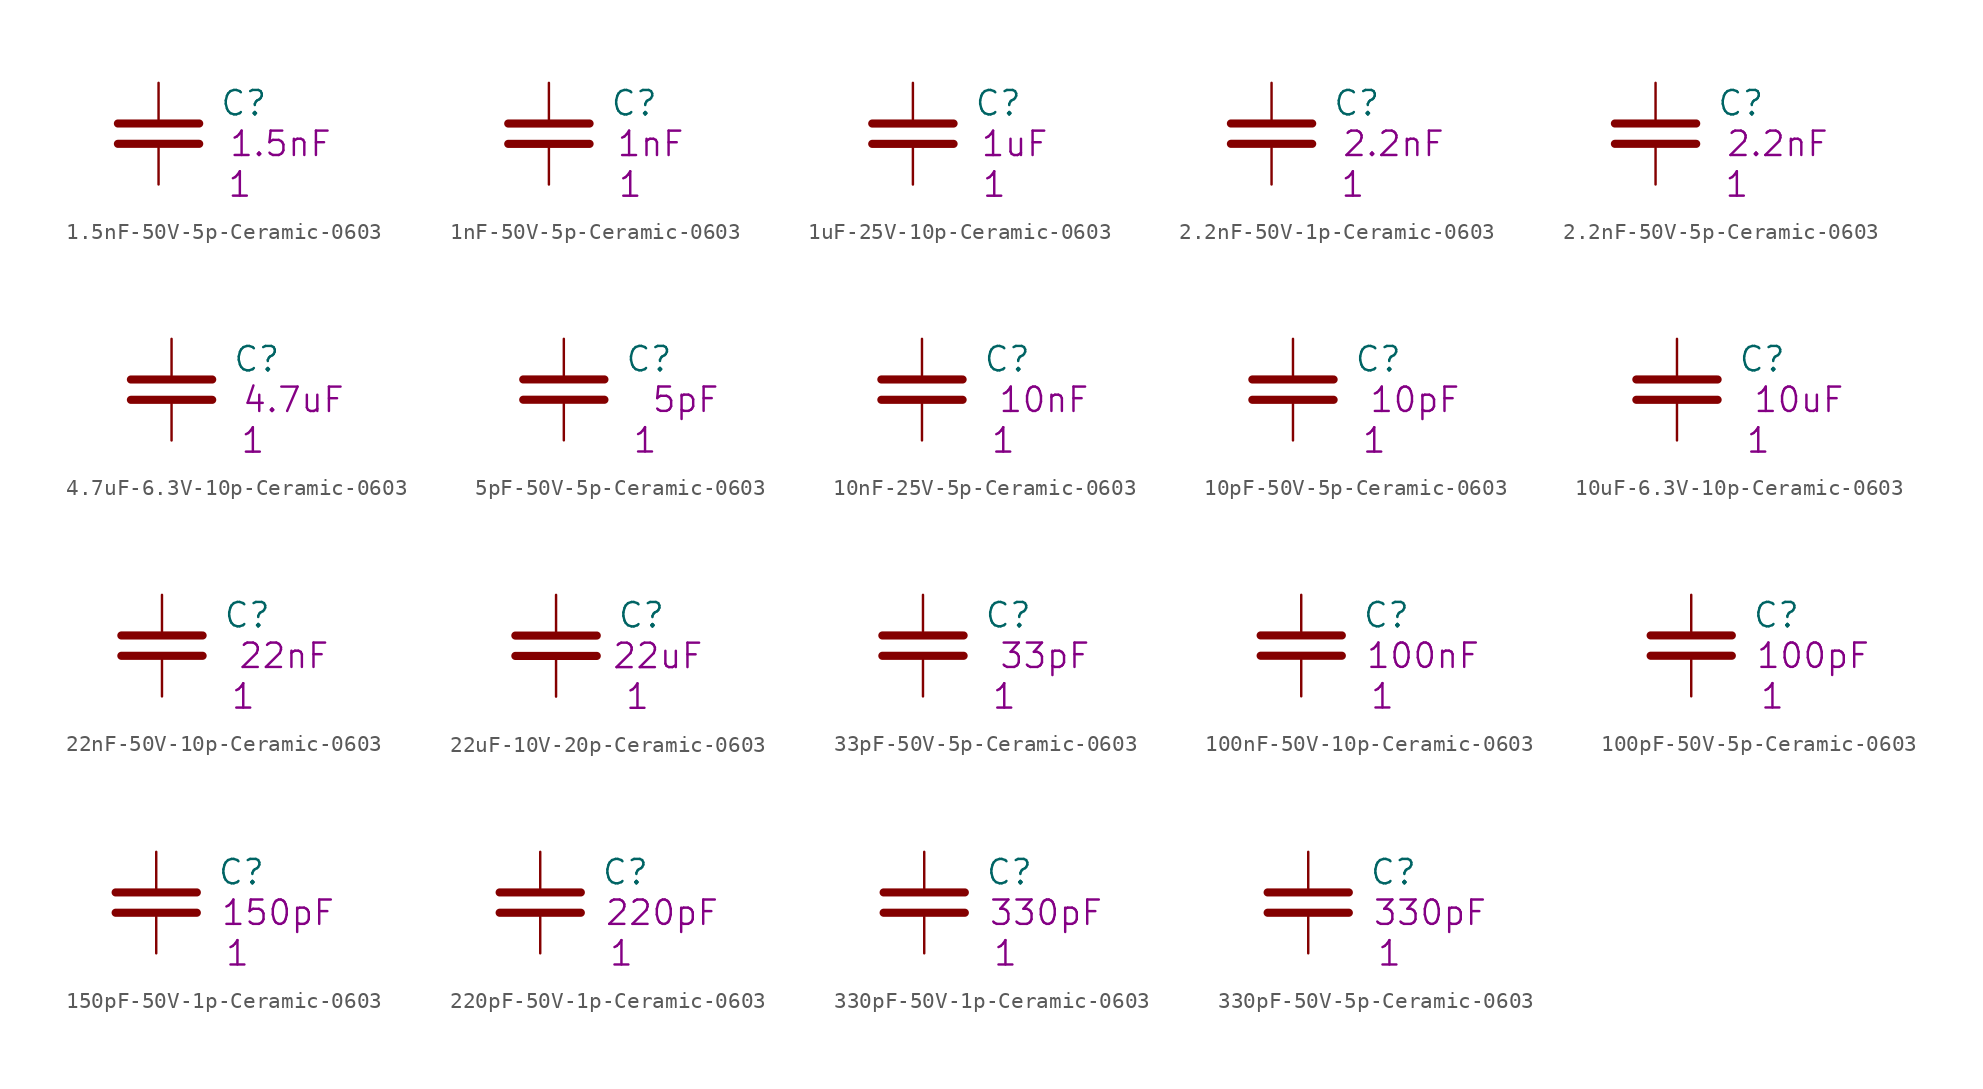
<source format=kicad_sym>
(kicad_symbol_lib
  (version 20201005)
  (generator kicad_symbol_editor)
  (symbol "1.5nF-50V-5p-Ceramic-0603"
    (pin_numbers hide)
    (pin_names
      (offset 0.254))
    (property "Reference" "C"
      (at 3.81 -1.27 0)
      (effects (font (size 1.524 1.524)) (justify left)))
    (property "Datasheet" ""
      (at 0 0 0)
      (effects (font (size 1.524 1.524))))
    (property "Qty" "1"
      (at 5.08 -6.35 0)
      (effects (font (size 1.524 1.524))))
    (property "Desc1" "1.5nF"
      (at 7.62 -3.81 0)
      (effects (font (size 1.524 1.524))))
    (symbol "1.5nF-50V-5p-Ceramic-0603_0_1"
      (polyline (pts (xy -2.54 -3.81) (xy 2.54 -3.81)) (stroke (width 0.508)) (fill (type none)))
      (polyline (pts (xy -2.54 -2.54) (xy 2.54 -2.54)) (stroke (width 0.508)) (fill (type none))))
    (symbol "1.5nF-50V-5p-Ceramic-0603_1_1"
      (pin passive line (at 0 0 270) (length 2.286) (name "~" (effects (font (size 1.016 1.016)))) (number "1" (effects (font (size 1.016 1.016)))))
      (pin passive line (at 0 -6.35 90) (length 2.286) (name "~" (effects (font (size 1.016 1.016)))) (number "2" (effects (font (size 1.016 1.016)))))))
  (symbol "1nF-50V-5p-Ceramic-0603"
    (pin_numbers hide)
    (pin_names
      (offset 0.254))
    (property "Reference" "C"
      (at 3.81 -1.27 0)
      (effects (font (size 1.524 1.524)) (justify left)))
    (property "Datasheet" ""
      (at 0 0 0)
      (effects (font (size 1.524 1.524))))
    (property "Qty" "1"
      (at 5.08 -6.35 0)
      (effects (font (size 1.524 1.524))))
    (property "Desc1" "1nF"
      (at 6.35 -3.81 0)
      (effects (font (size 1.524 1.524))))
    (symbol "1nF-50V-5p-Ceramic-0603_0_1"
      (polyline (pts (xy -2.54 -3.81) (xy 2.54 -3.81)) (stroke (width 0.508)) (fill (type none)))
      (polyline (pts (xy -2.54 -2.54) (xy 2.54 -2.54)) (stroke (width 0.508)) (fill (type none))))
    (symbol "1nF-50V-5p-Ceramic-0603_1_1"
      (pin passive line (at 0 0 270) (length 2.286) (name "~" (effects (font (size 1.016 1.016)))) (number "1" (effects (font (size 1.016 1.016)))))
      (pin passive line (at 0 -6.35 90) (length 2.286) (name "~" (effects (font (size 1.016 1.016)))) (number "2" (effects (font (size 1.016 1.016)))))))
  (symbol "1uF-25V-10p-Ceramic-0603"
    (pin_numbers hide)
    (pin_names
      (offset 0.254))
    (property "Reference" "C"
      (at 3.81 -1.27 0)
      (effects (font (size 1.524 1.524)) (justify left)))
    (property "Datasheet" ""
      (at 0 0 0)
      (effects (font (size 1.524 1.524))))
    (property "Qty" "1"
      (at 5.08 -6.35 0)
      (effects (font (size 1.524 1.524))))
    (property "Desc1" "1uF"
      (at 6.35 -3.81 0)
      (effects (font (size 1.524 1.524))))
    (symbol "1uF-25V-10p-Ceramic-0603_0_1"
      (polyline (pts (xy -2.54 -3.81) (xy 2.54 -3.81)) (stroke (width 0.508)) (fill (type none)))
      (polyline (pts (xy -2.54 -2.54) (xy 2.54 -2.54)) (stroke (width 0.508)) (fill (type none))))
    (symbol "1uF-25V-10p-Ceramic-0603_1_1"
      (pin passive line (at 0 0 270) (length 2.286) (name "~" (effects (font (size 1.016 1.016)))) (number "1" (effects (font (size 1.016 1.016)))))
      (pin passive line (at 0 -6.35 90) (length 2.286) (name "~" (effects (font (size 1.016 1.016)))) (number "2" (effects (font (size 1.016 1.016)))))))
  (symbol "2.2nF-50V-1p-Ceramic-0603"
    (pin_numbers hide)
    (pin_names
      (offset 0.254))
    (property "Reference" "C"
      (at 3.81 -1.27 0)
      (effects (font (size 1.524 1.524)) (justify left)))
    (property "Datasheet" ""
      (at 0 0 0)
      (effects (font (size 1.524 1.524))))
    (property "Qty" "1"
      (at 5.08 -6.35 0)
      (effects (font (size 1.524 1.524))))
    (property "Desc1" "2.2nF"
      (at 7.62 -3.81 0)
      (effects (font (size 1.524 1.524))))
    (symbol "2.2nF-50V-1p-Ceramic-0603_0_1"
      (polyline (pts (xy -2.54 -3.81) (xy 2.54 -3.81)) (stroke (width 0.508)) (fill (type none)))
      (polyline (pts (xy -2.54 -2.54) (xy 2.54 -2.54)) (stroke (width 0.508)) (fill (type none))))
    (symbol "2.2nF-50V-1p-Ceramic-0603_1_1"
      (pin passive line (at 0 0 270) (length 2.286) (name "~" (effects (font (size 1.016 1.016)))) (number "1" (effects (font (size 1.016 1.016)))))
      (pin passive line (at 0 -6.35 90) (length 2.286) (name "~" (effects (font (size 1.016 1.016)))) (number "2" (effects (font (size 1.016 1.016)))))))
  (symbol "2.2nF-50V-5p-Ceramic-0603"
    (pin_numbers hide)
    (pin_names
      (offset 0.254))
    (property "Reference" "C"
      (at 3.81 -1.27 0)
      (effects (font (size 1.524 1.524)) (justify left)))
    (property "Datasheet" ""
      (at 0 0 0)
      (effects (font (size 1.524 1.524))))
    (property "Qty" "1"
      (at 5.08 -6.35 0)
      (effects (font (size 1.524 1.524))))
    (property "Desc1" "2.2nF"
      (at 7.62 -3.81 0)
      (effects (font (size 1.524 1.524))))
    (symbol "2.2nF-50V-5p-Ceramic-0603_0_1"
      (polyline (pts (xy -2.54 -3.81) (xy 2.54 -3.81)) (stroke (width 0.508)) (fill (type none)))
      (polyline (pts (xy -2.54 -2.54) (xy 2.54 -2.54)) (stroke (width 0.508)) (fill (type none))))
    (symbol "2.2nF-50V-5p-Ceramic-0603_1_1"
      (pin passive line (at 0 0 270) (length 2.286) (name "~" (effects (font (size 1.016 1.016)))) (number "1" (effects (font (size 1.016 1.016)))))
      (pin passive line (at 0 -6.35 90) (length 2.286) (name "~" (effects (font (size 1.016 1.016)))) (number "2" (effects (font (size 1.016 1.016)))))))
  (symbol "4.7uF-6.3V-10p-Ceramic-0603"
    (pin_numbers hide)
    (pin_names
      (offset 0.254))
    (property "Reference" "C"
      (at 3.81 -1.27 0)
      (effects (font (size 1.524 1.524)) (justify left)))
    (property "Datasheet" ""
      (at 0 0 0)
      (effects (font (size 1.524 1.524))))
    (property "Qty" "1"
      (at 5.08 -6.35 0)
      (effects (font (size 1.524 1.524))))
    (property "Desc1" "4.7uF"
      (at 7.62 -3.81 0)
      (effects (font (size 1.524 1.524))))
    (symbol "4.7uF-6.3V-10p-Ceramic-0603_0_1"
      (polyline (pts (xy -2.54 -3.81) (xy 2.54 -3.81)) (stroke (width 0.508)) (fill (type none)))
      (polyline (pts (xy -2.54 -2.54) (xy 2.54 -2.54)) (stroke (width 0.508)) (fill (type none))))
    (symbol "4.7uF-6.3V-10p-Ceramic-0603_1_1"
      (pin passive line (at 0 0 270) (length 2.286) (name "~" (effects (font (size 1.016 1.016)))) (number "1" (effects (font (size 1.016 1.016)))))
      (pin passive line (at 0 -6.35 90) (length 2.286) (name "~" (effects (font (size 1.016 1.016)))) (number "2" (effects (font (size 1.016 1.016)))))))
  (symbol "5pF-50V-5p-Ceramic-0603"
    (pin_numbers hide)
    (pin_names
      (offset 0.254))
    (property "Reference" "C"
      (at 3.81 -1.27 0)
      (effects (font (size 1.524 1.524)) (justify left)))
    (property "Datasheet" ""
      (at 0 0 0)
      (effects (font (size 1.524 1.524))))
    (property "Qty" "1"
      (at 5.08 -6.35 0)
      (effects (font (size 1.524 1.524))))
    (property "Desc1" "5pF"
      (at 7.62 -3.81 0)
      (effects (font (size 1.524 1.524))))
    (symbol "5pF-50V-5p-Ceramic-0603_0_1"
      (polyline (pts (xy -2.54 -3.81) (xy 2.54 -3.81)) (stroke (width 0.508)) (fill (type none)))
      (polyline (pts (xy -2.54 -2.54) (xy 2.54 -2.54)) (stroke (width 0.508)) (fill (type none))))
    (symbol "5pF-50V-5p-Ceramic-0603_1_1"
      (pin passive line (at 0 0 270) (length 2.286) (name "~" (effects (font (size 1.016 1.016)))) (number "1" (effects (font (size 1.016 1.016)))))
      (pin passive line (at 0 -6.35 90) (length 2.286) (name "~" (effects (font (size 1.016 1.016)))) (number "2" (effects (font (size 1.016 1.016)))))))
  (symbol "10nF-25V-5p-Ceramic-0603"
    (pin_numbers hide)
    (pin_names
      (offset 0.254))
    (property "Reference" "C"
      (at 3.81 -1.27 0)
      (effects (font (size 1.524 1.524)) (justify left)))
    (property "Datasheet" ""
      (at 0 0 0)
      (effects (font (size 1.524 1.524))))
    (property "Qty" "1"
      (at 5.08 -6.35 0)
      (effects (font (size 1.524 1.524))))
    (property "Desc1" "10nF"
      (at 7.62 -3.81 0)
      (effects (font (size 1.524 1.524))))
    (symbol "10nF-25V-5p-Ceramic-0603_0_1"
      (polyline (pts (xy -2.54 -3.81) (xy 2.54 -3.81)) (stroke (width 0.508)) (fill (type none)))
      (polyline (pts (xy -2.54 -2.54) (xy 2.54 -2.54)) (stroke (width 0.508)) (fill (type none))))
    (symbol "10nF-25V-5p-Ceramic-0603_1_1"
      (pin passive line (at 0 0 270) (length 2.286) (name "~" (effects (font (size 1.016 1.016)))) (number "1" (effects (font (size 1.016 1.016)))))
      (pin passive line (at 0 -6.35 90) (length 2.286) (name "~" (effects (font (size 1.016 1.016)))) (number "2" (effects (font (size 1.016 1.016)))))))
  (symbol "10pF-50V-5p-Ceramic-0603"
    (pin_numbers hide)
    (pin_names
      (offset 0.254))
    (property "Reference" "C"
      (at 3.81 -1.27 0)
      (effects (font (size 1.524 1.524)) (justify left)))
    (property "Datasheet" ""
      (at 0 0 0)
      (effects (font (size 1.524 1.524))))
    (property "Qty" "1"
      (at 5.08 -6.35 0)
      (effects (font (size 1.524 1.524))))
    (property "Desc1" "10pF"
      (at 7.62 -3.81 0)
      (effects (font (size 1.524 1.524))))
    (symbol "10pF-50V-5p-Ceramic-0603_0_1"
      (polyline (pts (xy -2.54 -3.81) (xy 2.54 -3.81)) (stroke (width 0.508)) (fill (type none)))
      (polyline (pts (xy -2.54 -2.54) (xy 2.54 -2.54)) (stroke (width 0.508)) (fill (type none))))
    (symbol "10pF-50V-5p-Ceramic-0603_1_1"
      (pin passive line (at 0 0 270) (length 2.286) (name "~" (effects (font (size 1.016 1.016)))) (number "1" (effects (font (size 1.016 1.016)))))
      (pin passive line (at 0 -6.35 90) (length 2.286) (name "~" (effects (font (size 1.016 1.016)))) (number "2" (effects (font (size 1.016 1.016)))))))
  (symbol "10uF-6.3V-10p-Ceramic-0603"
    (pin_numbers hide)
    (pin_names
      (offset 0.254))
    (property "Reference" "C"
      (at 3.81 -1.27 0)
      (effects (font (size 1.524 1.524)) (justify left)))
    (property "Datasheet" ""
      (at 0 0 0)
      (effects (font (size 1.524 1.524))))
    (property "Qty" "1"
      (at 5.08 -6.35 0)
      (effects (font (size 1.524 1.524))))
    (property "Desc1" "10uF"
      (at 7.62 -3.81 0)
      (effects (font (size 1.524 1.524))))
    (symbol "10uF-6.3V-10p-Ceramic-0603_0_1"
      (polyline (pts (xy -2.54 -3.81) (xy 2.54 -3.81)) (stroke (width 0.508)) (fill (type none)))
      (polyline (pts (xy -2.54 -2.54) (xy 2.54 -2.54)) (stroke (width 0.508)) (fill (type none))))
    (symbol "10uF-6.3V-10p-Ceramic-0603_1_1"
      (pin passive line (at 0 0 270) (length 2.286) (name "~" (effects (font (size 1.016 1.016)))) (number "1" (effects (font (size 1.016 1.016)))))
      (pin passive line (at 0 -6.35 90) (length 2.286) (name "~" (effects (font (size 1.016 1.016)))) (number "2" (effects (font (size 1.016 1.016)))))))
  (symbol "22nF-50V-10p-Ceramic-0603"
    (pin_numbers hide)
    (pin_names
      (offset 0.254))
    (property "Reference" "C"
      (at 3.81 -1.27 0)
      (effects (font (size 1.524 1.524)) (justify left)))
    (property "Datasheet" ""
      (at 0 0 0)
      (effects (font (size 1.524 1.524))))
    (property "Qty" "1"
      (at 5.08 -6.35 0)
      (effects (font (size 1.524 1.524))))
    (property "Desc1" "22nF"
      (at 7.62 -3.81 0)
      (effects (font (size 1.524 1.524))))
    (symbol "22nF-50V-10p-Ceramic-0603_0_1"
      (polyline (pts (xy -2.54 -3.81) (xy 2.54 -3.81)) (stroke (width 0.508)) (fill (type none)))
      (polyline (pts (xy -2.54 -2.54) (xy 2.54 -2.54)) (stroke (width 0.508)) (fill (type none))))
    (symbol "22nF-50V-10p-Ceramic-0603_1_1"
      (pin passive line (at 0 0 270) (length 2.286) (name "~" (effects (font (size 1.016 1.016)))) (number "1" (effects (font (size 1.016 1.016)))))
      (pin passive line (at 0 -6.35 90) (length 2.286) (name "~" (effects (font (size 1.016 1.016)))) (number "2" (effects (font (size 1.016 1.016)))))))
  (symbol "22uF-10V-20p-Ceramic-0603"
    (pin_numbers hide)
    (pin_names
      (offset 0.254))
    (property "Reference" "C"
      (at 3.81 -1.27 0)
      (effects (font (size 1.524 1.524)) (justify left)))
    (property "Datasheet" ""
      (at 0 0 0)
      (effects (font (size 1.524 1.524))))
    (property "Qty" "1"
      (at 5.08 -6.35 0)
      (effects (font (size 1.524 1.524))))
    (property "Desc1" "22uF"
      (at 6.35 -3.81 0)
      (effects (font (size 1.524 1.524))))
    (symbol "22uF-10V-20p-Ceramic-0603_0_1"
      (polyline (pts (xy -2.54 -3.81) (xy 2.54 -3.81)) (stroke (width 0.508)) (fill (type none)))
      (polyline (pts (xy -2.54 -2.54) (xy 2.54 -2.54)) (stroke (width 0.508)) (fill (type none))))
    (symbol "22uF-10V-20p-Ceramic-0603_1_1"
      (pin passive line (at 0 0 270) (length 2.286) (name "~" (effects (font (size 1.016 1.016)))) (number "1" (effects (font (size 1.016 1.016)))))
      (pin passive line (at 0 -6.35 90) (length 2.286) (name "~" (effects (font (size 1.016 1.016)))) (number "2" (effects (font (size 1.016 1.016)))))))
  (symbol "33pF-50V-5p-Ceramic-0603"
    (pin_numbers hide)
    (pin_names
      (offset 0.254))
    (property "Reference" "C"
      (at 3.81 -1.27 0)
      (effects (font (size 1.524 1.524)) (justify left)))
    (property "Datasheet" ""
      (at 0 0 0)
      (effects (font (size 1.524 1.524))))
    (property "Qty" "1"
      (at 5.08 -6.35 0)
      (effects (font (size 1.524 1.524))))
    (property "Desc1" "33pF"
      (at 7.62 -3.81 0)
      (effects (font (size 1.524 1.524))))
    (symbol "33pF-50V-5p-Ceramic-0603_0_1"
      (polyline (pts (xy -2.54 -3.81) (xy 2.54 -3.81)) (stroke (width 0.508)) (fill (type none)))
      (polyline (pts (xy -2.54 -2.54) (xy 2.54 -2.54)) (stroke (width 0.508)) (fill (type none))))
    (symbol "33pF-50V-5p-Ceramic-0603_1_1"
      (pin passive line (at 0 0 270) (length 2.286) (name "~" (effects (font (size 1.016 1.016)))) (number "1" (effects (font (size 1.016 1.016)))))
      (pin passive line (at 0 -6.35 90) (length 2.286) (name "~" (effects (font (size 1.016 1.016)))) (number "2" (effects (font (size 1.016 1.016)))))))
  (symbol "100nF-50V-10p-Ceramic-0603"
    (pin_numbers hide)
    (pin_names
      (offset 0.254))
    (property "Reference" "C"
      (at 3.81 -1.27 0)
      (effects (font (size 1.524 1.524)) (justify left)))
    (property "Datasheet" ""
      (at 0 0 0)
      (effects (font (size 1.524 1.524))))
    (property "Qty" "1"
      (at 5.08 -6.35 0)
      (effects (font (size 1.524 1.524))))
    (property "Desc1" "100nF"
      (at 7.62 -3.81 0)
      (effects (font (size 1.524 1.524))))
    (symbol "100nF-50V-10p-Ceramic-0603_0_1"
      (polyline (pts (xy -2.54 -3.81) (xy 2.54 -3.81)) (stroke (width 0.508)) (fill (type none)))
      (polyline (pts (xy -2.54 -2.54) (xy 2.54 -2.54)) (stroke (width 0.508)) (fill (type none))))
    (symbol "100nF-50V-10p-Ceramic-0603_1_1"
      (pin passive line (at 0 0 270) (length 2.286) (name "~" (effects (font (size 1.016 1.016)))) (number "1" (effects (font (size 1.016 1.016)))))
      (pin passive line (at 0 -6.35 90) (length 2.286) (name "~" (effects (font (size 1.016 1.016)))) (number "2" (effects (font (size 1.016 1.016)))))))
  (symbol "100pF-50V-5p-Ceramic-0603"
    (pin_numbers hide)
    (pin_names
      (offset 0.254))
    (property "Reference" "C"
      (at 3.81 -1.27 0)
      (effects (font (size 1.524 1.524)) (justify left)))
    (property "Datasheet" ""
      (at 0 0 0)
      (effects (font (size 1.524 1.524))))
    (property "Qty" "1"
      (at 5.08 -6.35 0)
      (effects (font (size 1.524 1.524))))
    (property "Desc1" "100pF"
      (at 7.62 -3.81 0)
      (effects (font (size 1.524 1.524))))
    (symbol "100pF-50V-5p-Ceramic-0603_0_1"
      (polyline (pts (xy -2.54 -3.81) (xy 2.54 -3.81)) (stroke (width 0.508)) (fill (type none)))
      (polyline (pts (xy -2.54 -2.54) (xy 2.54 -2.54)) (stroke (width 0.508)) (fill (type none))))
    (symbol "100pF-50V-5p-Ceramic-0603_1_1"
      (pin passive line (at 0 0 270) (length 2.286) (name "~" (effects (font (size 1.016 1.016)))) (number "1" (effects (font (size 1.016 1.016)))))
      (pin passive line (at 0 -6.35 90) (length 2.286) (name "~" (effects (font (size 1.016 1.016)))) (number "2" (effects (font (size 1.016 1.016)))))))
  (symbol "150pF-50V-1p-Ceramic-0603"
    (pin_numbers hide)
    (pin_names
      (offset 0.254))
    (property "Reference" "C"
      (at 3.81 -1.27 0)
      (effects (font (size 1.524 1.524)) (justify left)))
    (property "Datasheet" ""
      (at 0 0 0)
      (effects (font (size 1.524 1.524))))
    (property "Qty" "1"
      (at 5.08 -6.35 0)
      (effects (font (size 1.524 1.524))))
    (property "Desc1" "150pF"
      (at 7.62 -3.81 0)
      (effects (font (size 1.524 1.524))))
    (symbol "150pF-50V-1p-Ceramic-0603_0_1"
      (polyline (pts (xy -2.54 -3.81) (xy 2.54 -3.81)) (stroke (width 0.508)) (fill (type none)))
      (polyline (pts (xy -2.54 -2.54) (xy 2.54 -2.54)) (stroke (width 0.508)) (fill (type none))))
    (symbol "150pF-50V-1p-Ceramic-0603_1_1"
      (pin passive line (at 0 0 270) (length 2.286) (name "~" (effects (font (size 1.016 1.016)))) (number "1" (effects (font (size 1.016 1.016)))))
      (pin passive line (at 0 -6.35 90) (length 2.286) (name "~" (effects (font (size 1.016 1.016)))) (number "2" (effects (font (size 1.016 1.016)))))))
  (symbol "220pF-50V-1p-Ceramic-0603"
    (pin_numbers hide)
    (pin_names
      (offset 0.254))
    (property "Reference" "C"
      (at 3.81 -1.27 0)
      (effects (font (size 1.524 1.524)) (justify left)))
    (property "Datasheet" ""
      (at 0 0 0)
      (effects (font (size 1.524 1.524))))
    (property "Qty" "1"
      (at 5.08 -6.35 0)
      (effects (font (size 1.524 1.524))))
    (property "Desc1" "220pF"
      (at 7.62 -3.81 0)
      (effects (font (size 1.524 1.524))))
    (symbol "220pF-50V-1p-Ceramic-0603_0_1"
      (polyline (pts (xy -2.54 -3.81) (xy 2.54 -3.81)) (stroke (width 0.508)) (fill (type none)))
      (polyline (pts (xy -2.54 -2.54) (xy 2.54 -2.54)) (stroke (width 0.508)) (fill (type none))))
    (symbol "220pF-50V-1p-Ceramic-0603_1_1"
      (pin passive line (at 0 0 270) (length 2.286) (name "~" (effects (font (size 1.016 1.016)))) (number "1" (effects (font (size 1.016 1.016)))))
      (pin passive line (at 0 -6.35 90) (length 2.286) (name "~" (effects (font (size 1.016 1.016)))) (number "2" (effects (font (size 1.016 1.016)))))))
  (symbol "330pF-50V-1p-Ceramic-0603"
    (pin_numbers hide)
    (pin_names
      (offset 0.254))
    (property "Reference" "C"
      (at 3.81 -1.27 0)
      (effects (font (size 1.524 1.524)) (justify left)))
    (property "Datasheet" ""
      (at 0 0 0)
      (effects (font (size 1.524 1.524))))
    (property "Qty" "1"
      (at 5.08 -6.35 0)
      (effects (font (size 1.524 1.524))))
    (property "Desc1" "330pF"
      (at 7.62 -3.81 0)
      (effects (font (size 1.524 1.524))))
    (symbol "330pF-50V-1p-Ceramic-0603_0_1"
      (polyline (pts (xy -2.54 -3.81) (xy 2.54 -3.81)) (stroke (width 0.508)) (fill (type none)))
      (polyline (pts (xy -2.54 -2.54) (xy 2.54 -2.54)) (stroke (width 0.508)) (fill (type none))))
    (symbol "330pF-50V-1p-Ceramic-0603_1_1"
      (pin passive line (at 0 0 270) (length 2.286) (name "~" (effects (font (size 1.016 1.016)))) (number "1" (effects (font (size 1.016 1.016)))))
      (pin passive line (at 0 -6.35 90) (length 2.286) (name "~" (effects (font (size 1.016 1.016)))) (number "2" (effects (font (size 1.016 1.016)))))))
  (symbol "330pF-50V-5p-Ceramic-0603"
    (pin_numbers hide)
    (pin_names
      (offset 0.254))
    (property "Reference" "C"
      (at 3.81 -1.27 0)
      (effects (font (size 1.524 1.524)) (justify left)))
    (property "Datasheet" ""
      (at 0 0 0)
      (effects (font (size 1.524 1.524))))
    (property "Qty" "1"
      (at 5.08 -6.35 0)
      (effects (font (size 1.524 1.524))))
    (property "Desc1" "330pF"
      (at 7.62 -3.81 0)
      (effects (font (size 1.524 1.524))))
    (symbol "330pF-50V-5p-Ceramic-0603_0_1"
      (polyline (pts (xy -2.54 -3.81) (xy 2.54 -3.81)) (stroke (width 0.508)) (fill (type none)))
      (polyline (pts (xy -2.54 -2.54) (xy 2.54 -2.54)) (stroke (width 0.508)) (fill (type none))))
    (symbol "330pF-50V-5p-Ceramic-0603_1_1"
      (pin passive line (at 0 0 270) (length 2.286) (name "~" (effects (font (size 1.016 1.016)))) (number "1" (effects (font (size 1.016 1.016)))))
      (pin passive line (at 0 -6.35 90) (length 2.286) (name "~" (effects (font (size 1.016 1.016)))) (number "2" (effects (font (size 1.016 1.016))))))))
</source>
